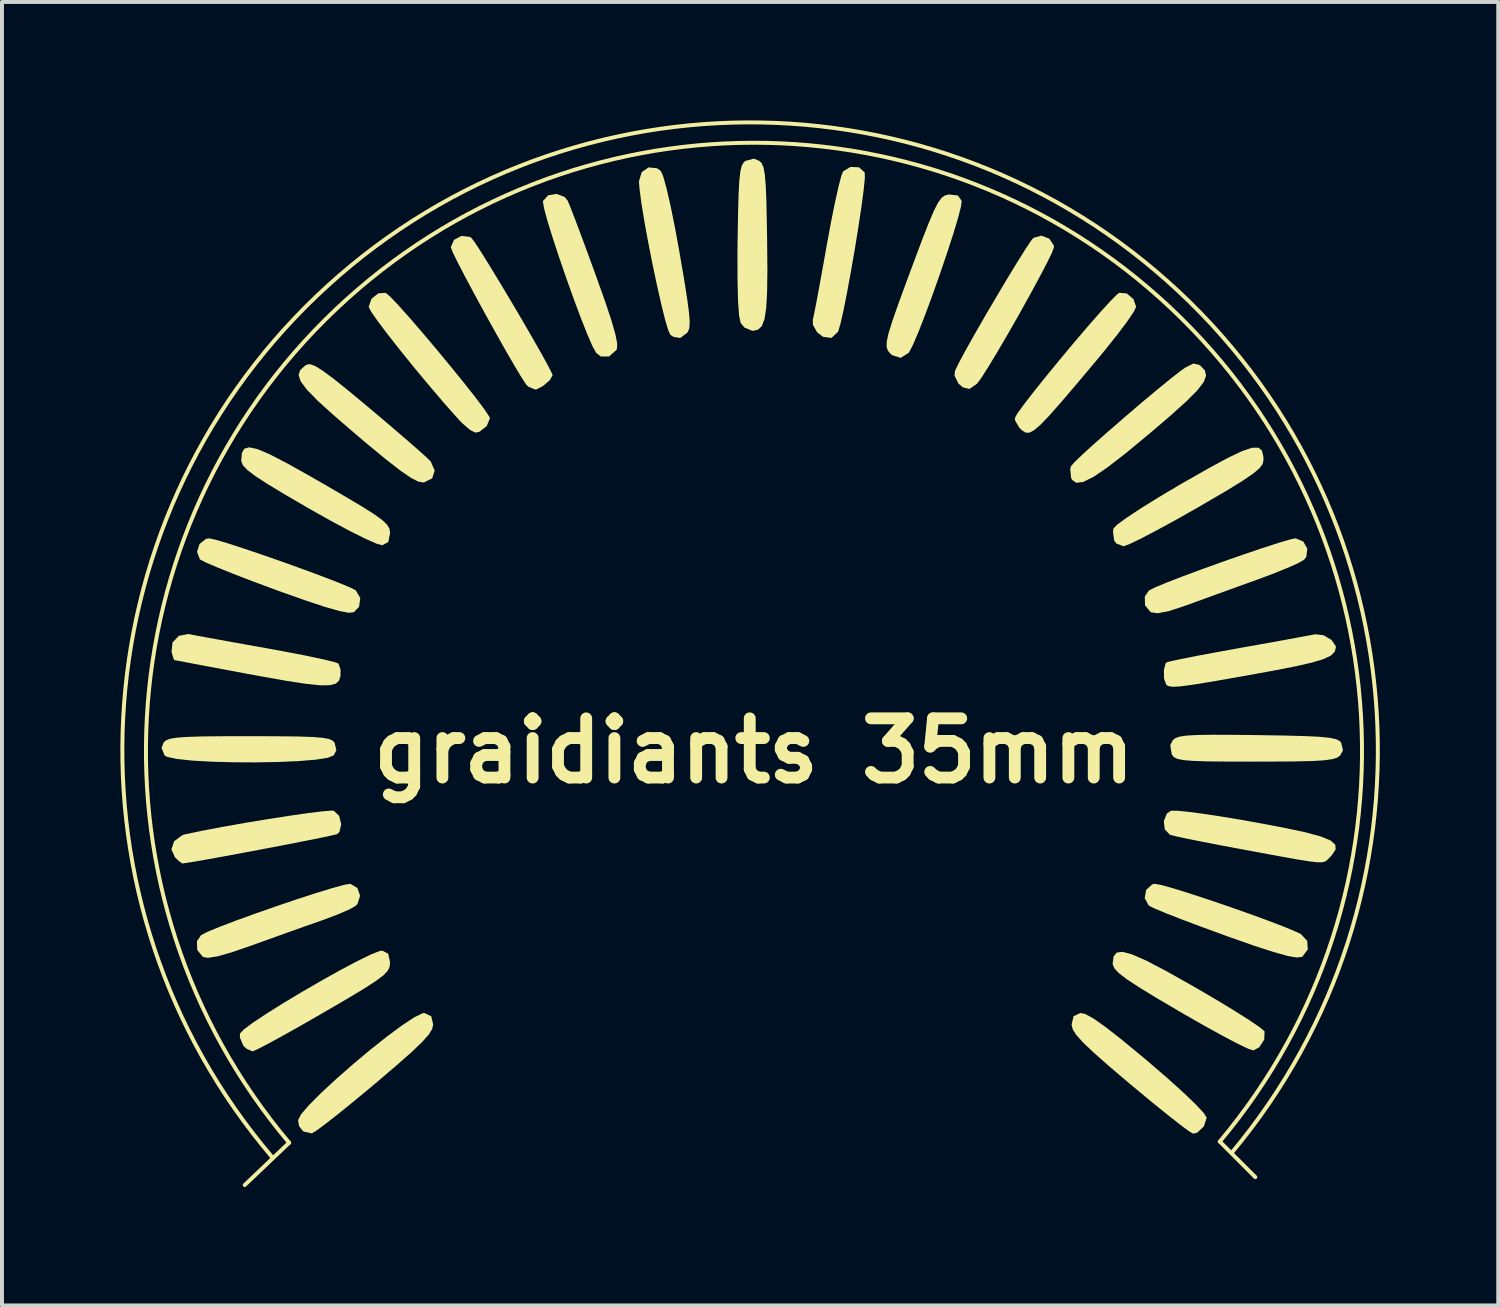
<source format=kicad_pcb>
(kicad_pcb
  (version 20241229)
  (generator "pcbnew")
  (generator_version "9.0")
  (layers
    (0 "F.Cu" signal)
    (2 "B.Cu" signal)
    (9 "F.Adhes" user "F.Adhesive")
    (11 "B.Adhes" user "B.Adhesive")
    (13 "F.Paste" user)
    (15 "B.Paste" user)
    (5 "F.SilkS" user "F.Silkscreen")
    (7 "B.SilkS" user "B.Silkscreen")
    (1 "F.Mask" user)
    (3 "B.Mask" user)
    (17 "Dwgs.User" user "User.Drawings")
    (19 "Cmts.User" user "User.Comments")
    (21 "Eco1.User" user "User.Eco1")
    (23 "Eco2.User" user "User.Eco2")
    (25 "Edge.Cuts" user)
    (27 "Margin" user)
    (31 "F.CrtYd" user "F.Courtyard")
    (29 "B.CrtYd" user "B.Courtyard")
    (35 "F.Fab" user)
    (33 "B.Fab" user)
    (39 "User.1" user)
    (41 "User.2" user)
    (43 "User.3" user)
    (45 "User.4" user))
  (footprint "graidiants 35mm"
    (layer "F.Cu")
    (at 16.05 15.969)
    (property "Reference" "graidiants 35mm" (at 0 0 0) (layer "F.SilkS") (effects (font (size 1.5 1.5) (thickness 0.3))))
    (attr board_only exclude_from_pos_files exclude_from_bom)
    (fp_line (start -11.775 9.929) (end -12.9 11) (stroke (width 0.1) (type default)) (layer "F.SilkS"))
    (fp_line (start 11.8 9.9) (end 12.7 10.8) (stroke (width 0.1) (type default)) (layer "F.SilkS"))
    (fp_arc (start -12.2 10.3) (mid -0.174287 -15.91832) (end 12.101815 10.183699) (stroke (width 0.1) (type default)) (layer "F.SilkS"))
    (fp_arc (start -11.775298 9.929368) (mid -0.019188 -15.40291) (end 11.8 9.9) (stroke (width 0.1) (type default)) (layer "F.SilkS"))
    (fp_poly (pts (xy -9.218 -11.507) (xy -9.01 -11.289) (xy -8.729 -10.975) (xy -8.399 -10.592) (xy -8.043 -10.171) (xy -7.686 -9.739) (xy -7.35 -9.325) (xy -7.059 -8.957) (xy -6.838 -8.664) (xy -6.711 -8.475) (xy -6.688 -8.424) (xy -6.77 -8.225) (xy -6.954 -8.081) (xy -7.053 -8.059) (xy -7.193 -8.128) (xy -7.393 -8.3) (xy -7.472 -8.382) (xy -7.831 -8.786) (xy -8.212 -9.232) (xy -8.595 -9.692) (xy -8.957 -10.139) (xy -9.277 -10.546) (xy -9.532 -10.885) (xy -9.701 -11.128) (xy -9.761 -11.247) (xy -9.689 -11.45) (xy -9.516 -11.588) (xy -9.329 -11.6)) (stroke (width 0) (type solid)) (fill yes) (layer "F.SilkS"))
    (fp_poly (pts (xy -13.643 -5.348) (xy -13.337 -5.257) (xy -12.921 -5.123) (xy -12.432 -4.957) (xy -11.909 -4.774) (xy -11.388 -4.586) (xy -10.907 -4.407) (xy -10.504 -4.251) (xy -10.217 -4.131) (xy -10.087 -4.064) (xy -9.973 -3.87) (xy -10.004 -3.648) (xy -10.136 -3.51) (xy -10.261 -3.496) (xy -10.496 -3.539) (xy -10.86 -3.642) (xy -11.37 -3.811) (xy -12.044 -4.05) (xy -12.116 -4.077) (xy -12.683 -4.287) (xy -13.19 -4.482) (xy -13.604 -4.649) (xy -13.895 -4.774) (xy -14.033 -4.847) (xy -14.036 -4.85) (xy -14.109 -5.038) (xy -14.046 -5.239) (xy -13.882 -5.368) (xy -13.801 -5.381)) (stroke (width 0) (type solid)) (fill yes) (layer "F.SilkS"))
    (fp_poly (pts (xy -12.092 -0.368) (xy -11.565 -0.362) (xy -11.186 -0.35) (xy -10.927 -0.329) (xy -10.764 -0.298) (xy -10.67 -0.254) (xy -10.624 -0.205) (xy -10.579 -0.01) (xy -10.65 0.118) (xy -10.798 0.178) (xy -11.107 0.226) (xy -11.539 0.261) (xy -12.057 0.284) (xy -12.623 0.294) (xy -13.199 0.291) (xy -13.75 0.276) (xy -14.236 0.248) (xy -14.621 0.207) (xy -14.866 0.154) (xy -14.931 0.118) (xy -15.007 -0.073) (xy -14.957 -0.205) (xy -14.902 -0.261) (xy -14.8 -0.303) (xy -14.625 -0.332) (xy -14.351 -0.352) (xy -13.954 -0.364) (xy -13.405 -0.369) (xy -12.79 -0.37)) (stroke (width 0) (type solid)) (fill yes) (layer "F.SilkS"))
    (fp_poly (pts (xy -11.12 -9.749) (xy -10.922 -9.627) (xy -10.636 -9.414) (xy -10.242 -9.097) (xy -9.743 -8.682) (xy -9.284 -8.294) (xy -8.873 -7.942) (xy -8.535 -7.648) (xy -8.298 -7.435) (xy -8.188 -7.328) (xy -8.088 -7.098) (xy -8.153 -6.901) (xy -8.359 -6.798) (xy -8.376 -6.796) (xy -8.505 -6.819) (xy -8.695 -6.917) (xy -8.966 -7.104) (xy -9.336 -7.392) (xy -9.824 -7.795) (xy -10.092 -8.022) (xy -10.643 -8.496) (xy -11.05 -8.865) (xy -11.326 -9.147) (xy -11.484 -9.359) (xy -11.536 -9.519) (xy -11.495 -9.645) (xy -11.374 -9.755) (xy -11.336 -9.779) (xy -11.252 -9.796)) (stroke (width 0) (type solid)) (fill yes) (layer "F.SilkS"))
    (fp_poly (pts (xy -4.799 -14.031) (xy -4.721 -13.938) (xy -4.659 -13.792) (xy -4.543 -13.493) (xy -4.385 -13.073) (xy -4.197 -12.565) (xy -4.006 -12.041) (xy -3.772 -11.385) (xy -3.608 -10.892) (xy -3.508 -10.54) (xy -3.464 -10.309) (xy -3.473 -10.177) (xy -3.483 -10.156) (xy -3.671 -9.989) (xy -3.881 -9.989) (xy -3.997 -10.078) (xy -4.087 -10.24) (xy -4.221 -10.547) (xy -4.385 -10.962) (xy -4.568 -11.451) (xy -4.756 -11.977) (xy -4.938 -12.504) (xy -5.1 -12.997) (xy -5.231 -13.42) (xy -5.317 -13.737) (xy -5.347 -13.912) (xy -5.345 -13.927) (xy -5.213 -14.072) (xy -5.002 -14.107)) (stroke (width 0) (type solid)) (fill yes) (layer "F.SilkS"))
    (fp_poly (pts (xy -2.454 -14.756) (xy -2.36 -14.688) (xy -2.298 -14.547) (xy -2.213 -14.238) (xy -2.11 -13.791) (xy -1.998 -13.235) (xy -1.889 -12.637) (xy -1.774 -11.969) (xy -1.695 -11.469) (xy -1.647 -11.11) (xy -1.628 -10.867) (xy -1.637 -10.711) (xy -1.671 -10.618) (xy -1.699 -10.583) (xy -1.868 -10.457) (xy -2.031 -10.483) (xy -2.115 -10.532) (xy -2.171 -10.65) (xy -2.253 -10.926) (xy -2.352 -11.326) (xy -2.461 -11.81) (xy -2.574 -12.344) (xy -2.681 -12.89) (xy -2.777 -13.413) (xy -2.852 -13.874) (xy -2.9 -14.237) (xy -2.914 -14.428) (xy -2.843 -14.659) (xy -2.668 -14.779)) (stroke (width 0) (type solid)) (fill yes) (layer "F.SilkS"))
    (fp_poly (pts (xy 8.397 6.67) (xy 8.607 6.786) (xy 8.912 7.002) (xy 9.328 7.328) (xy 9.872 7.777) (xy 9.979 7.867) (xy 10.462 8.283) (xy 10.873 8.653) (xy 11.192 8.959) (xy 11.397 9.179) (xy 11.469 9.293) (xy 11.398 9.512) (xy 11.235 9.67) (xy 11.126 9.7) (xy 11.021 9.639) (xy 10.791 9.468) (xy 10.459 9.207) (xy 10.051 8.877) (xy 9.592 8.495) (xy 9.534 8.447) (xy 9.004 7.997) (xy 8.612 7.651) (xy 8.339 7.392) (xy 8.165 7.199) (xy 8.074 7.055) (xy 8.046 6.941) (xy 8.046 6.934) (xy 8.095 6.725) (xy 8.267 6.643)) (stroke (width 0) (type solid)) (fill yes) (layer "F.SilkS"))
    (fp_poly (pts (xy 11.28 -9.776) (xy 11.32 -9.746) (xy 11.424 -9.632) (xy 11.453 -9.504) (xy 11.395 -9.344) (xy 11.234 -9.134) (xy 10.958 -8.856) (xy 10.552 -8.491) (xy 10.024 -8.039) (xy 9.427 -7.545) (xy 8.957 -7.181) (xy 8.601 -6.939) (xy 8.342 -6.811) (xy 8.166 -6.788) (xy 8.06 -6.861) (xy 8.034 -6.912) (xy 8.011 -7.13) (xy 8.028 -7.206) (xy 8.117 -7.309) (xy 8.329 -7.513) (xy 8.636 -7.792) (xy 9.009 -8.121) (xy 9.418 -8.475) (xy 9.833 -8.83) (xy 10.226 -9.158) (xy 10.567 -9.436) (xy 10.828 -9.638) (xy 10.93 -9.71) (xy 11.133 -9.81)) (stroke (width 0) (type solid)) (fill yes) (layer "F.SilkS"))
    (fp_poly (pts (xy 13.916 -5.301) (xy 14.018 -5.116) (xy 13.991 -4.91) (xy 13.934 -4.838) (xy 13.79 -4.755) (xy 13.502 -4.627) (xy 13.116 -4.472) (xy 12.758 -4.339) (xy 12.234 -4.15) (xy 11.682 -3.95) (xy 11.188 -3.771) (xy 10.967 -3.69) (xy 10.524 -3.543) (xy 10.229 -3.484) (xy 10.055 -3.508) (xy 10.05 -3.51) (xy 9.906 -3.684) (xy 9.9 -3.908) (xy 10.005 -4.061) (xy 10.155 -4.137) (xy 10.454 -4.261) (xy 10.865 -4.42) (xy 11.35 -4.6) (xy 11.872 -4.788) (xy 12.394 -4.97) (xy 12.877 -5.134) (xy 13.285 -5.266) (xy 13.58 -5.353) (xy 13.719 -5.382)) (stroke (width 0) (type solid)) (fill yes) (layer "F.SilkS"))
    (fp_poly (pts (xy -10.645 1.519) (xy -10.509 1.648) (xy -10.456 1.859) (xy -10.501 2.054) (xy -10.557 2.11) (xy -10.669 2.139) (xy -10.94 2.197) (xy -11.333 2.276) (xy -11.811 2.37) (xy -12.339 2.471) (xy -12.879 2.573) (xy -13.395 2.669) (xy -13.85 2.751) (xy -14.208 2.814) (xy -14.432 2.849) (xy -14.485 2.855) (xy -14.568 2.794) (xy -14.668 2.699) (xy -14.758 2.498) (xy -14.688 2.291) (xy -14.486 2.14) (xy -14.4 2.113) (xy -13.965 2.023) (xy -13.448 1.925) (xy -12.888 1.826) (xy -12.319 1.732) (xy -11.78 1.648) (xy -11.306 1.58) (xy -10.934 1.534) (xy -10.7 1.515)) (stroke (width 0) (type solid)) (fill yes) (layer "F.SilkS"))
    (fp_poly (pts (xy -10.226 3.37) (xy -10.046 3.476) (xy -9.978 3.674) (xy -10.044 3.88) (xy -10.094 3.931) (xy -10.254 4.021) (xy -10.543 4.146) (xy -10.898 4.279) (xy -10.917 4.286) (xy -11.303 4.422) (xy -11.801 4.599) (xy -12.338 4.792) (xy -12.695 4.92) (xy -13.224 5.103) (xy -13.597 5.209) (xy -13.838 5.245) (xy -13.96 5.222) (xy -14.104 5.047) (xy -14.111 4.824) (xy -14.006 4.67) (xy -13.847 4.588) (xy -13.541 4.461) (xy -13.126 4.303) (xy -12.637 4.126) (xy -12.112 3.942) (xy -11.587 3.764) (xy -11.1 3.606) (xy -10.686 3.479) (xy -10.384 3.396) (xy -10.229 3.37)) (stroke (width 0) (type solid)) (fill yes) (layer "F.SilkS"))
    (fp_poly (pts (xy -8.175 6.727) (xy -8.127 6.934) (xy -8.152 7.048) (xy -8.239 7.189) (xy -8.407 7.379) (xy -8.674 7.633) (xy -9.059 7.973) (xy -9.579 8.416) (xy -9.615 8.447) (xy -10.079 8.832) (xy -10.493 9.169) (xy -10.835 9.437) (xy -11.078 9.618) (xy -11.198 9.691) (xy -11.203 9.692) (xy -11.384 9.651) (xy -11.426 9.635) (xy -11.524 9.508) (xy -11.55 9.358) (xy -11.475 9.211) (xy -11.269 8.972) (xy -10.962 8.664) (xy -10.581 8.312) (xy -10.157 7.94) (xy -9.719 7.573) (xy -9.294 7.236) (xy -8.912 6.954) (xy -8.603 6.75) (xy -8.395 6.649) (xy -8.346 6.643)) (stroke (width 0) (type solid)) (fill yes) (layer "F.SilkS"))
    (fp_poly (pts (xy 2.659 -14.781) (xy 2.803 -14.651) (xy 2.806 -14.644) (xy 2.808 -14.5) (xy 2.778 -14.199) (xy 2.722 -13.779) (xy 2.646 -13.276) (xy 2.558 -12.729) (xy 2.462 -12.175) (xy 2.366 -11.651) (xy 2.276 -11.195) (xy 2.198 -10.845) (xy 2.138 -10.638) (xy 2.128 -10.614) (xy 1.963 -10.459) (xy 1.749 -10.487) (xy 1.6 -10.6) (xy 1.493 -10.792) (xy 1.491 -10.922) (xy 1.524 -11.07) (xy 1.584 -11.378) (xy 1.665 -11.811) (xy 1.759 -12.335) (xy 1.845 -12.816) (xy 1.95 -13.385) (xy 2.052 -13.891) (xy 2.143 -14.298) (xy 2.215 -14.573) (xy 2.257 -14.677) (xy 2.447 -14.791)) (stroke (width 0) (type solid)) (fill yes) (layer "F.SilkS"))
    (fp_poly (pts (xy 7.481 -12.974) (xy 7.594 -12.803) (xy 7.599 -12.756) (xy 7.551 -12.623) (xy 7.42 -12.354) (xy 7.225 -11.982) (xy 6.985 -11.54) (xy 6.719 -11.061) (xy 6.445 -10.581) (xy 6.182 -10.131) (xy 5.95 -9.746) (xy 5.768 -9.459) (xy 5.654 -9.303) (xy 5.649 -9.299) (xy 5.46 -9.165) (xy 5.289 -9.208) (xy 5.179 -9.303) (xy 5.08 -9.505) (xy 5.093 -9.625) (xy 5.182 -9.812) (xy 5.348 -10.121) (xy 5.572 -10.521) (xy 5.833 -10.976) (xy 6.113 -11.453) (xy 6.39 -11.919) (xy 6.646 -12.34) (xy 6.86 -12.682) (xy 7.012 -12.912) (xy 7.077 -12.992) (xy 7.28 -13.05)) (stroke (width 0) (type solid)) (fill yes) (layer "F.SilkS"))
    (fp_poly (pts (xy 9.444 -11.585) (xy 9.612 -11.443) (xy 9.682 -11.247) (xy 9.62 -11.119) (xy 9.451 -10.87) (xy 9.196 -10.532) (xy 8.878 -10.133) (xy 8.681 -9.895) (xy 8.176 -9.294) (xy 7.781 -8.831) (xy 7.48 -8.49) (xy 7.256 -8.257) (xy 7.092 -8.118) (xy 6.972 -8.057) (xy 6.879 -8.06) (xy 6.795 -8.113) (xy 6.726 -8.179) (xy 6.62 -8.354) (xy 6.607 -8.425) (xy 6.668 -8.539) (xy 6.837 -8.773) (xy 7.09 -9.099) (xy 7.402 -9.488) (xy 7.75 -9.913) (xy 8.11 -10.344) (xy 8.459 -10.753) (xy 8.773 -11.111) (xy 9.028 -11.39) (xy 9.2 -11.562) (xy 9.254 -11.602)) (stroke (width 0) (type solid)) (fill yes) (layer "F.SilkS"))
    (fp_poly (pts (xy 9.581 5.159) (xy 9.934 5.314) (xy 10.415 5.565) (xy 11.041 5.916) (xy 11.183 5.998) (xy 11.708 6.304) (xy 12.173 6.586) (xy 12.549 6.824) (xy 12.811 7.003) (xy 12.93 7.103) (xy 12.934 7.11) (xy 12.926 7.318) (xy 12.798 7.512) (xy 12.649 7.591) (xy 12.524 7.55) (xy 12.257 7.423) (xy 11.877 7.223) (xy 11.41 6.966) (xy 10.887 6.667) (xy 10.799 6.616) (xy 10.203 6.265) (xy 9.76 5.994) (xy 9.448 5.79) (xy 9.247 5.636) (xy 9.134 5.518) (xy 9.09 5.419) (xy 9.087 5.383) (xy 9.109 5.211) (xy 9.187 5.112) (xy 9.338 5.093)) (stroke (width 0) (type solid)) (fill yes) (layer "F.SilkS"))
    (fp_poly (pts (xy 10.293 3.394) (xy 10.589 3.475) (xy 10.997 3.601) (xy 11.481 3.76) (xy 12.003 3.937) (xy 12.526 4.121) (xy 13.015 4.3) (xy 13.432 4.459) (xy 13.74 4.588) (xy 13.853 4.642) (xy 14.015 4.816) (xy 14.03 5.032) (xy 13.896 5.21) (xy 13.874 5.223) (xy 13.751 5.237) (xy 13.52 5.198) (xy 13.162 5.098) (xy 12.66 4.935) (xy 11.994 4.701) (xy 11.915 4.672) (xy 11.35 4.465) (xy 10.844 4.275) (xy 10.43 4.113) (xy 10.139 3.991) (xy 10.002 3.923) (xy 10.001 3.922) (xy 9.898 3.733) (xy 9.934 3.525) (xy 10.087 3.385) (xy 10.146 3.37)) (stroke (width 0) (type solid)) (fill yes) (layer "F.SilkS"))
    (fp_poly (pts (xy -14.296 -2.952) (xy -14.131 -2.92) (xy -13.806 -2.86) (xy -13.359 -2.779) (xy -12.826 -2.683) (xy -12.344 -2.597) (xy -11.778 -2.493) (xy -11.28 -2.395) (xy -10.883 -2.31) (xy -10.619 -2.245) (xy -10.525 -2.209) (xy -10.473 -2.058) (xy -10.475 -1.895) (xy -10.51 -1.779) (xy -10.592 -1.701) (xy -10.743 -1.661) (xy -10.986 -1.658) (xy -11.344 -1.695) (xy -11.839 -1.771) (xy -12.495 -1.887) (xy -12.89 -1.96) (xy -13.457 -2.066) (xy -13.951 -2.159) (xy -14.342 -2.233) (xy -14.598 -2.282) (xy -14.689 -2.299) (xy -14.721 -2.386) (xy -14.754 -2.505) (xy -14.731 -2.742) (xy -14.569 -2.912) (xy -14.326 -2.958)) (stroke (width 0) (type solid)) (fill yes) (layer "F.SilkS"))
    (fp_poly (pts (xy 0.133 -14.944) (xy 0.194 -14.887) (xy 0.24 -14.784) (xy 0.273 -14.609) (xy 0.297 -14.335) (xy 0.314 -13.934) (xy 0.326 -13.379) (xy 0.333 -12.933) (xy 0.34 -12.192) (xy 0.333 -11.626) (xy 0.31 -11.214) (xy 0.266 -10.932) (xy 0.198 -10.757) (xy 0.102 -10.667) (xy -0.025 -10.639) (xy -0.041 -10.639) (xy -0.238 -10.719) (xy -0.337 -10.835) (xy -0.376 -11.015) (xy -0.403 -11.377) (xy -0.417 -11.906) (xy -0.419 -12.587) (xy -0.415 -12.933) (xy -0.404 -13.6) (xy -0.39 -14.096) (xy -0.371 -14.448) (xy -0.344 -14.683) (xy -0.306 -14.828) (xy -0.255 -14.911) (xy -0.214 -14.944) (xy -0.001 -15)) (stroke (width 0) (type solid)) (fill yes) (layer "F.SilkS"))
    (fp_poly (pts (xy 12.87 -7.601) (xy 12.904 -7.452) (xy 12.907 -7.357) (xy 12.885 -7.262) (xy 12.803 -7.154) (xy 12.641 -7.018) (xy 12.377 -6.839) (xy 11.99 -6.6) (xy 11.457 -6.288) (xy 11.223 -6.152) (xy 10.693 -5.852) (xy 10.212 -5.59) (xy 9.811 -5.38) (xy 9.519 -5.239) (xy 9.366 -5.183) (xy 9.359 -5.182) (xy 9.18 -5.251) (xy 9.125 -5.325) (xy 9.095 -5.55) (xy 9.104 -5.628) (xy 9.196 -5.725) (xy 9.436 -5.901) (xy 9.795 -6.138) (xy 10.248 -6.42) (xy 10.768 -6.729) (xy 10.868 -6.787) (xy 11.511 -7.153) (xy 12.005 -7.42) (xy 12.368 -7.593) (xy 12.621 -7.677) (xy 12.782 -7.678)) (stroke (width 0) (type solid)) (fill yes) (layer "F.SilkS"))
    (fp_poly (pts (xy -12.581 -7.643) (xy -12.271 -7.512) (xy -11.84 -7.289) (xy -11.269 -6.97) (xy -10.95 -6.787) (xy -10.36 -6.444) (xy -9.921 -6.183) (xy -9.611 -5.986) (xy -9.407 -5.837) (xy -9.289 -5.721) (xy -9.233 -5.621) (xy -9.219 -5.52) (xy -9.219 -5.51) (xy -9.263 -5.289) (xy -9.417 -5.206) (xy -9.417 -5.206) (xy -9.561 -5.246) (xy -9.846 -5.372) (xy -10.242 -5.57) (xy -10.719 -5.825) (xy -11.247 -6.122) (xy -11.302 -6.154) (xy -11.894 -6.499) (xy -12.333 -6.764) (xy -12.641 -6.965) (xy -12.838 -7.116) (xy -12.946 -7.232) (xy -12.987 -7.33) (xy -12.989 -7.36) (xy -12.973 -7.541) (xy -12.912 -7.652) (xy -12.788 -7.688)) (stroke (width 0) (type solid)) (fill yes) (layer "F.SilkS"))
    (fp_poly (pts (xy -9.265 5.142) (xy -9.219 5.357) (xy -9.219 5.37) (xy -9.23 5.474) (xy -9.279 5.575) (xy -9.388 5.689) (xy -9.579 5.832) (xy -9.874 6.023) (xy -10.296 6.277) (xy -10.868 6.61) (xy -10.905 6.632) (xy -11.43 6.934) (xy -11.9 7.198) (xy -12.287 7.41) (xy -12.562 7.553) (xy -12.698 7.613) (xy -12.704 7.614) (xy -12.856 7.548) (xy -12.935 7.473) (xy -13.022 7.268) (xy -13.022 7.165) (xy -12.927 7.062) (xy -12.689 6.885) (xy -12.34 6.653) (xy -11.912 6.385) (xy -11.436 6.1) (xy -10.946 5.817) (xy -10.474 5.553) (xy -10.05 5.329) (xy -9.709 5.162) (xy -9.482 5.072) (xy -9.417 5.062)) (stroke (width 0) (type solid)) (fill yes) (layer "F.SilkS"))
    (fp_poly (pts (xy -7.199 -13.018) (xy -7.158 -12.992) (xy -7.074 -12.882) (xy -6.912 -12.634) (xy -6.692 -12.281) (xy -6.433 -11.854) (xy -6.153 -11.386) (xy -5.872 -10.909) (xy -5.609 -10.455) (xy -5.382 -10.056) (xy -5.211 -9.745) (xy -5.115 -9.554) (xy -5.101 -9.512) (xy -5.175 -9.386) (xy -5.34 -9.244) (xy -5.508 -9.156) (xy -5.542 -9.151) (xy -5.714 -9.222) (xy -5.768 -9.275) (xy -5.885 -9.451) (xy -6.067 -9.755) (xy -6.297 -10.151) (xy -6.554 -10.608) (xy -6.823 -11.092) (xy -7.083 -11.57) (xy -7.317 -12.008) (xy -7.507 -12.374) (xy -7.634 -12.634) (xy -7.681 -12.756) (xy -7.681 -12.756) (xy -7.599 -12.943) (xy -7.41 -13.043)) (stroke (width 0) (type solid)) (fill yes) (layer "F.SilkS"))
    (fp_poly (pts (xy 5.163 -14.068) (xy 5.261 -13.933) (xy 5.245 -13.79) (xy 5.17 -13.498) (xy 5.048 -13.092) (xy 4.891 -12.609) (xy 4.713 -12.085) (xy 4.526 -11.555) (xy 4.341 -11.056) (xy 4.172 -10.623) (xy 4.032 -10.293) (xy 3.932 -10.1) (xy 3.919 -10.083) (xy 3.717 -9.953) (xy 3.502 -10.02) (xy 3.452 -10.064) (xy 3.391 -10.137) (xy 3.36 -10.229) (xy 3.363 -10.365) (xy 3.407 -10.571) (xy 3.5 -10.87) (xy 3.646 -11.29) (xy 3.852 -11.854) (xy 4.009 -12.276) (xy 4.242 -12.897) (xy 4.42 -13.355) (xy 4.557 -13.677) (xy 4.664 -13.887) (xy 4.754 -14.01) (xy 4.841 -14.07) (xy 4.936 -14.093) (xy 4.938 -14.093)) (stroke (width 0) (type solid)) (fill yes) (layer "F.SilkS"))
    (fp_poly (pts (xy 11.03 1.549) (xy 11.472 1.609) (xy 12.008 1.693) (xy 12.606 1.796) (xy 12.664 1.806) (xy 13.402 1.945) (xy 13.961 2.063) (xy 14.357 2.17) (xy 14.607 2.273) (xy 14.727 2.38) (xy 14.735 2.498) (xy 14.646 2.635) (xy 14.587 2.699) (xy 14.53 2.758) (xy 14.477 2.801) (xy 14.401 2.824) (xy 14.274 2.825) (xy 14.071 2.802) (xy 13.764 2.753) (xy 13.325 2.674) (xy 12.729 2.564) (xy 12.447 2.512) (xy 11.872 2.404) (xy 11.359 2.305) (xy 10.941 2.221) (xy 10.654 2.159) (xy 10.537 2.128) (xy 10.406 1.99) (xy 10.382 1.78) (xy 10.461 1.588) (xy 10.564 1.519) (xy 10.716 1.518)) (stroke (width 0) (type solid)) (fill yes) (layer "F.SilkS"))
    (fp_poly (pts (xy 12.161 -0.404) (xy 12.748 -0.397) (xy 13.441 -0.386) (xy 13.962 -0.372) (xy 14.336 -0.354) (xy 14.59 -0.328) (xy 14.749 -0.293) (xy 14.839 -0.246) (xy 14.875 -0.205) (xy 14.921 -0.01) (xy 14.849 0.118) (xy 14.779 0.172) (xy 14.654 0.212) (xy 14.447 0.241) (xy 14.134 0.26) (xy 13.688 0.27) (xy 13.082 0.274) (xy 12.7 0.275) (xy 12.016 0.274) (xy 11.503 0.269) (xy 11.136 0.257) (xy 10.887 0.237) (xy 10.731 0.207) (xy 10.641 0.163) (xy 10.59 0.103) (xy 10.583 0.09) (xy 10.545 -0.14) (xy 10.604 -0.259) (xy 10.665 -0.315) (xy 10.769 -0.356) (xy 10.945 -0.384) (xy 11.218 -0.4) (xy 11.614 -0.406)) (stroke (width 0) (type solid)) (fill yes) (layer "F.SilkS"))
    (fp_poly (pts (xy 14.425 -2.928) (xy 14.628 -2.81) (xy 14.738 -2.652) (xy 14.741 -2.62) (xy 14.713 -2.51) (xy 14.618 -2.414) (xy 14.432 -2.324) (xy 14.133 -2.234) (xy 13.697 -2.135) (xy 13.1 -2.019) (xy 12.695 -1.946) (xy 11.993 -1.821) (xy 11.461 -1.729) (xy 11.073 -1.667) (xy 10.805 -1.632) (xy 10.631 -1.621) (xy 10.526 -1.631) (xy 10.464 -1.658) (xy 10.443 -1.676) (xy 10.388 -1.827) (xy 10.383 -2.042) (xy 10.427 -2.213) (xy 10.453 -2.241) (xy 10.571 -2.272) (xy 10.851 -2.331) (xy 11.261 -2.412) (xy 11.768 -2.506) (xy 12.263 -2.596) (xy 12.84 -2.699) (xy 13.362 -2.793) (xy 13.79 -2.872) (xy 14.09 -2.927) (xy 14.215 -2.952)) (stroke (width 0) (type solid)) (fill yes) (layer "F.SilkS")))
  (gr_rect
    (start -3 -3)
    (end 34.904 30.019)
    (stroke (width 0.1) (type default))
    (fill no)
    (layer "Edge.Cuts")))
</source>
